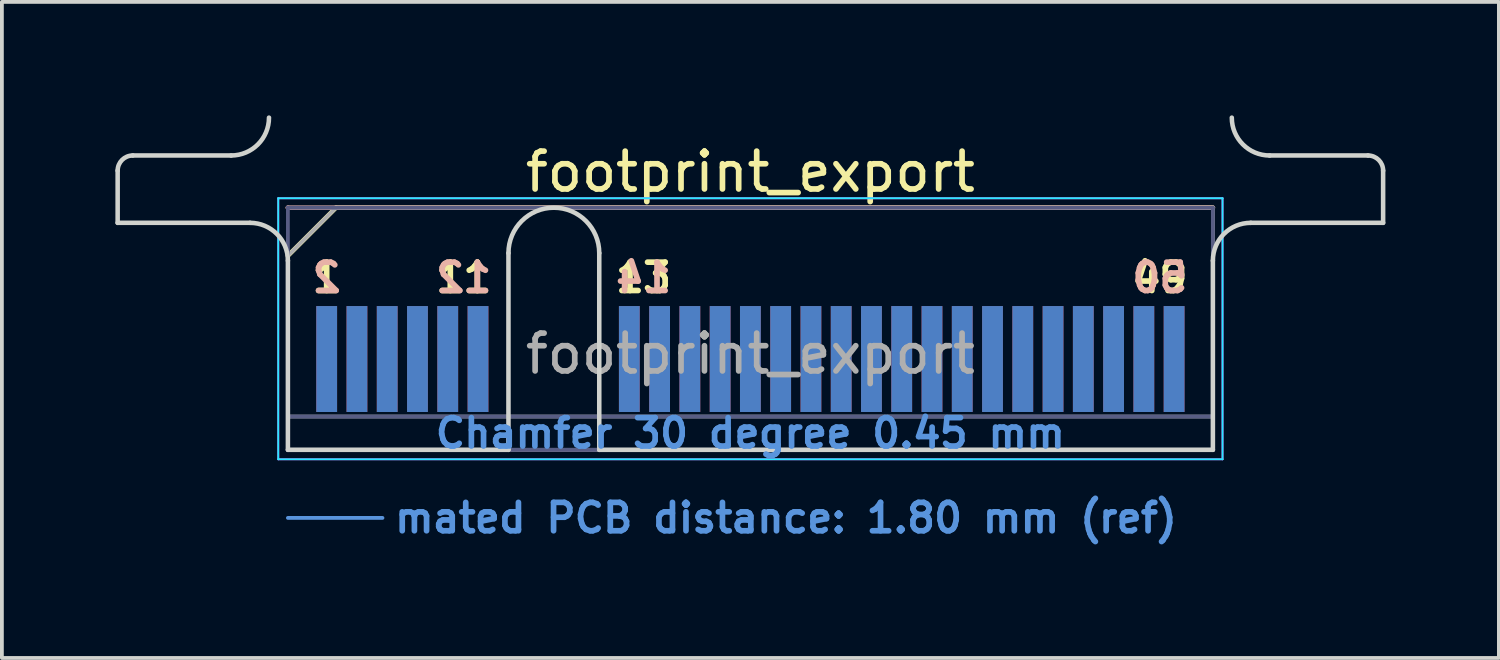
<source format=kicad_pcb>
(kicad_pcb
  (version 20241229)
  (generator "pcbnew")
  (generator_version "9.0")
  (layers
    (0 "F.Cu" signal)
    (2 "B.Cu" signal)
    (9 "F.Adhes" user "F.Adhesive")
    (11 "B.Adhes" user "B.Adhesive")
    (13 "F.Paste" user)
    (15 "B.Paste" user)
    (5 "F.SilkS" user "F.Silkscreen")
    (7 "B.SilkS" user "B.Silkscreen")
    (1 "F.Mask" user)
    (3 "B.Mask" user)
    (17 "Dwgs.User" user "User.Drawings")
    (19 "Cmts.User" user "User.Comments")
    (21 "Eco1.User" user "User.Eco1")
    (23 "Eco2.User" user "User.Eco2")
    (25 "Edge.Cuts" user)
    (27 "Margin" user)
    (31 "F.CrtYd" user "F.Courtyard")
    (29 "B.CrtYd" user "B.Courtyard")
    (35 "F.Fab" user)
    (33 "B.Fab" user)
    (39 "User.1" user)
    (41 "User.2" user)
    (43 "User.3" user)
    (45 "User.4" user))
  (footprint "footprint_export"
    (layer "F.Cu")
    (at 16.785 8.84)
    (property "Reference" "footprint_export" (at 0 -7.35 0) (layer "F.SilkS") (effects (font (size 1 1) (thickness 0.15))))
    (attr exclude_from_pos_files exclude_from_bom)
    (fp_line (start -12.225 -5.13) (end -10.955 -6.4) (stroke (width 0.12) (type solid)) (layer "F.SilkS"))
    (fp_line (start -10.955 -6.4) (end 12.225 -6.4) (stroke (width 0.12) (type solid)) (layer "F.SilkS"))
    (fp_line (start -12.225 -6.4) (end -12.225 -6.4) (stroke (width 0.12) (type solid)) (layer "B.SilkS"))
    (fp_line (start -12.225 -6.4) (end 12.225 -6.4) (stroke (width 0.12) (type solid)) (layer "B.SilkS"))
    (fp_line (start -12.225 1.8) (end -9.725 1.8) (stroke (width 0.1) (type solid)) (layer "Cmts.User"))
    (fp_line (start -16.725 -6) (end -16.725 -7.38) (stroke (width 0.12) (type solid)) (layer "Edge.Cuts"))
    (fp_line (start -16.325 -7.78) (end -13.725 -7.78) (stroke (width 0.12) (type solid)) (layer "Edge.Cuts"))
    (fp_line (start -13.225 -6) (end -16.725 -6) (stroke (width 0.12) (type solid)) (layer "Edge.Cuts"))
    (fp_line (start -12.225 -5) (end -12.225 0) (stroke (width 0.12) (type solid)) (layer "Edge.Cuts"))
    (fp_line (start -12.225 0) (end -6.395 0) (stroke (width 0.12) (type solid)) (layer "Edge.Cuts"))
    (fp_line (start -6.395 0) (end -6.395 -5.2) (stroke (width 0.12) (type solid)) (layer "Edge.Cuts"))
    (fp_line (start -3.995 -5.2) (end -3.995 0) (stroke (width 0.12) (type solid)) (layer "Edge.Cuts"))
    (fp_line (start -3.995 0) (end 12.225 0) (stroke (width 0.12) (type solid)) (layer "Edge.Cuts"))
    (fp_line (start 12.225 0) (end 12.225 -5) (stroke (width 0.12) (type solid)) (layer "Edge.Cuts"))
    (fp_line (start 13.225 -6) (end 16.725 -6) (stroke (width 0.12) (type solid)) (layer "Edge.Cuts"))
    (fp_line (start 16.325 -7.78) (end 13.725 -7.78) (stroke (width 0.12) (type solid)) (layer "Edge.Cuts"))
    (fp_line (start 16.725 -6) (end 16.725 -7.38) (stroke (width 0.12) (type solid)) (layer "Edge.Cuts"))
    (fp_arc (start -16.725 -7.38) (mid -16.607843 -7.662843) (end -16.325 -7.78) (stroke (width 0.12) (type solid)) (layer "Edge.Cuts"))
    (fp_arc (start -13.225 -6) (mid -12.517893 -5.707107) (end -12.225 -5) (stroke (width 0.12) (type solid)) (layer "Edge.Cuts"))
    (fp_arc (start -12.725 -8.78) (mid -13.017893 -8.072893) (end -13.725 -7.78) (stroke (width 0.12) (type solid)) (layer "Edge.Cuts"))
    (fp_arc (start -6.395 -5.2) (mid -5.195 -6.4) (end -3.995 -5.2) (stroke (width 0.12) (type solid)) (layer "Edge.Cuts"))
    (fp_arc (start 12.225 -5) (mid 12.517893 -5.707107) (end 13.225 -6) (stroke (width 0.12) (type solid)) (layer "Edge.Cuts"))
    (fp_arc (start 13.725 -7.78) (mid 13.017893 -8.072893) (end 12.725 -8.78) (stroke (width 0.12) (type solid)) (layer "Edge.Cuts"))
    (fp_arc (start 16.325 -7.78) (mid 16.607843 -7.662843) (end 16.725 -7.38) (stroke (width 0.12) (type solid)) (layer "Edge.Cuts"))
    (fp_line (start -12.48 -6.65) (end -12.48 0.25) (stroke (width 0.05) (type solid)) (layer "B.CrtYd"))
    (fp_line (start -12.48 0.25) (end 12.48 0.25) (stroke (width 0.05) (type solid)) (layer "B.CrtYd"))
    (fp_line (start 12.48 -6.65) (end -12.48 -6.65) (stroke (width 0.05) (type solid)) (layer "B.CrtYd"))
    (fp_line (start 12.48 0.25) (end 12.48 -6.65) (stroke (width 0.05) (type solid)) (layer "B.CrtYd"))
    (fp_line (start -12.48 -6.65) (end -12.48 0.25) (stroke (width 0.05) (type solid)) (layer "F.CrtYd"))
    (fp_line (start -12.48 0.25) (end 12.48 0.25) (stroke (width 0.05) (type solid)) (layer "F.CrtYd"))
    (fp_line (start 12.48 -6.65) (end -12.48 -6.65) (stroke (width 0.05) (type solid)) (layer "F.CrtYd"))
    (fp_line (start 12.48 0.25) (end 12.48 -6.65) (stroke (width 0.05) (type solid)) (layer "F.CrtYd"))
    (fp_line (start -12.225 -6.4) (end -12.225 -6.4) (stroke (width 0.1) (type solid)) (layer "B.Fab"))
    (fp_line (start -12.225 -6.4) (end -12.225 0) (stroke (width 0.1) (type solid)) (layer "B.Fab"))
    (fp_line (start -12.225 -6.4) (end 12.225 -6.4) (stroke (width 0.1) (type solid)) (layer "B.Fab"))
    (fp_line (start -12.225 -0.88) (end 12.225 -0.88) (stroke (width 0.1) (type solid)) (layer "B.Fab"))
    (fp_line (start -12.225 0) (end 12.225 0) (stroke (width 0.1) (type solid)) (layer "B.Fab"))
    (fp_line (start 12.225 -6.4) (end 12.225 0) (stroke (width 0.1) (type solid)) (layer "B.Fab"))
    (fp_line (start -12.225 -5.13) (end -12.225 0) (stroke (width 0.1) (type solid)) (layer "F.Fab"))
    (fp_line (start -12.225 -5.13) (end -10.955 -6.4) (stroke (width 0.1) (type solid)) (layer "F.Fab"))
    (fp_line (start -12.225 -0.88) (end 12.225 -0.88) (stroke (width 0.1) (type solid)) (layer "F.Fab"))
    (fp_line (start -12.225 0) (end 12.225 0) (stroke (width 0.1) (type solid)) (layer "F.Fab"))
    (fp_line (start -10.955 -6.4) (end 12.225 -6.4) (stroke (width 0.1) (type solid)) (layer "F.Fab"))
    (fp_line (start 12.225 -6.4) (end 12.225 0) (stroke (width 0.1) (type solid)) (layer "F.Fab"))
    (fp_text user "11" (at -7.575 -4.55 0) (layer "F.SilkS") (effects (font (size 0.75 0.75) (thickness 0.15))))
    (fp_text user "1" (at -11.2 -4.55 0) (layer "F.SilkS") (effects (font (size 0.75 0.75) (thickness 0.15))))
    (fp_text user "49" (at 10.825 -4.55 0) (layer "F.SilkS") (effects (font (size 0.75 0.75) (thickness 0.15))))
    (fp_text user "13" (at -2.825 -4.55 0) (layer "F.SilkS") (effects (font (size 0.75 0.75) (thickness 0.15))))
    (fp_text user "50" (at 10.825 -4.55 0) (layer "B.SilkS") (effects (font (size 0.75 0.75) (thickness 0.15)) (justify mirror)))
    (fp_text user "2" (at -11.2 -4.55 0) (layer "B.SilkS") (effects (font (size 0.75 0.75) (thickness 0.15)) (justify mirror)))
    (fp_text user "12" (at -7.575 -4.55 0) (layer "B.SilkS") (effects (font (size 0.75 0.75) (thickness 0.15)) (justify mirror)))
    (fp_text user "14" (at -2.825 -4.55 0) (layer "B.SilkS") (effects (font (size 0.75 0.75) (thickness 0.15)) (justify mirror)))
    (fp_text user "Chamfer 30 degree 0.45 mm" (at 0 -0.44 0) (layer "Cmts.User") (effects (font (size 0.75 0.75) (thickness 0.15))))
    (fp_text user "mated PCB distance: 1.80 mm (ref)" (at -9.48 1.8 0) (layer "Cmts.User") (effects (font (size 0.75 0.75) (thickness 0.15)) (justify left)))
    (fp_text user "${REFERENCE}" (at 0 -2.54 0) (layer "F.Fab") (effects (font (size 1 1) (thickness 0.15))))
    (pad "1" connect rect (at -11.2 -2.4) (size 0.55 2.8) (layers "F.Cu" "F.Mask"))
    (pad "2" connect rect (at -11.2 -2.4) (size 0.55 2.8) (layers "B.Cu" "B.Mask"))
    (pad "3" connect rect (at -10.4 -2.4) (size 0.55 2.8) (layers "F.Cu" "F.Mask"))
    (pad "4" connect rect (at -10.4 -2.4) (size 0.55 2.8) (layers "B.Cu" "B.Mask"))
    (pad "5" connect rect (at -9.6 -2.4) (size 0.55 2.8) (layers "F.Cu" "F.Mask"))
    (pad "6" connect rect (at -9.6 -2.4) (size 0.55 2.8) (layers "B.Cu" "B.Mask"))
    (pad "7" connect rect (at -8.8 -2.4) (size 0.55 2.8) (layers "F.Cu" "F.Mask"))
    (pad "8" connect rect (at -8.8 -2.4) (size 0.55 2.8) (layers "B.Cu" "B.Mask"))
    (pad "9" connect rect (at -8 -2.4) (size 0.55 2.8) (layers "F.Cu" "F.Mask"))
    (pad "10" connect rect (at -8 -2.4) (size 0.55 2.8) (layers "B.Cu" "B.Mask"))
    (pad "11" connect rect (at -7.2 -2.4) (size 0.55 2.8) (layers "F.Cu" "F.Mask"))
    (pad "12" connect rect (at -7.2 -2.4) (size 0.55 2.8) (layers "B.Cu" "B.Mask"))
    (pad "13" connect rect (at -3.2 -2.4) (size 0.55 2.8) (layers "F.Cu" "F.Mask"))
    (pad "14" connect rect (at -3.2 -2.4) (size 0.55 2.8) (layers "B.Cu" "B.Mask"))
    (pad "15" connect rect (at -2.4 -2.4) (size 0.55 2.8) (layers "F.Cu" "F.Mask"))
    (pad "16" connect rect (at -2.4 -2.4) (size 0.55 2.8) (layers "B.Cu" "B.Mask"))
    (pad "17" connect rect (at -1.6 -2.4) (size 0.55 2.8) (layers "F.Cu" "F.Mask"))
    (pad "18" connect rect (at -1.6 -2.4) (size 0.55 2.8) (layers "B.Cu" "B.Mask"))
    (pad "19" connect rect (at -0.8 -2.4) (size 0.55 2.8) (layers "F.Cu" "F.Mask"))
    (pad "20" connect rect (at -0.8 -2.4) (size 0.55 2.8) (layers "B.Cu" "B.Mask"))
    (pad "21" connect rect (at 0 -2.4) (size 0.55 2.8) (layers "F.Cu" "F.Mask"))
    (pad "22" connect rect (at 0 -2.4) (size 0.55 2.8) (layers "B.Cu" "B.Mask"))
    (pad "23" connect rect (at 0.8 -2.4) (size 0.55 2.8) (layers "F.Cu" "F.Mask"))
    (pad "24" connect rect (at 0.8 -2.4) (size 0.55 2.8) (layers "B.Cu" "B.Mask"))
    (pad "25" connect rect (at 1.6 -2.4) (size 0.55 2.8) (layers "F.Cu" "F.Mask"))
    (pad "26" connect rect (at 1.6 -2.4) (size 0.55 2.8) (layers "B.Cu" "B.Mask"))
    (pad "27" connect rect (at 2.4 -2.4) (size 0.55 2.8) (layers "F.Cu" "F.Mask"))
    (pad "28" connect rect (at 2.4 -2.4) (size 0.55 2.8) (layers "B.Cu" "B.Mask"))
    (pad "29" connect rect (at 3.2 -2.4) (size 0.55 2.8) (layers "F.Cu" "F.Mask"))
    (pad "30" connect rect (at 3.2 -2.4) (size 0.55 2.8) (layers "B.Cu" "B.Mask"))
    (pad "31" connect rect (at 4 -2.4) (size 0.55 2.8) (layers "F.Cu" "F.Mask"))
    (pad "32" connect rect (at 4 -2.4) (size 0.55 2.8) (layers "B.Cu" "B.Mask"))
    (pad "33" connect rect (at 4.8 -2.4) (size 0.55 2.8) (layers "F.Cu" "F.Mask"))
    (pad "34" connect rect (at 4.8 -2.4) (size 0.55 2.8) (layers "B.Cu" "B.Mask"))
    (pad "35" connect rect (at 5.6 -2.4) (size 0.55 2.8) (layers "F.Cu" "F.Mask"))
    (pad "36" connect rect (at 5.6 -2.4) (size 0.55 2.8) (layers "B.Cu" "B.Mask"))
    (pad "37" connect rect (at 6.4 -2.4) (size 0.55 2.8) (layers "F.Cu" "F.Mask"))
    (pad "38" connect rect (at 6.4 -2.4) (size 0.55 2.8) (layers "B.Cu" "B.Mask"))
    (pad "39" connect rect (at 7.2 -2.4) (size 0.55 2.8) (layers "F.Cu" "F.Mask"))
    (pad "40" connect rect (at 7.2 -2.4) (size 0.55 2.8) (layers "B.Cu" "B.Mask"))
    (pad "41" connect rect (at 8 -2.4) (size 0.55 2.8) (layers "F.Cu" "F.Mask"))
    (pad "42" connect rect (at 8 -2.4) (size 0.55 2.8) (layers "B.Cu" "B.Mask"))
    (pad "43" connect rect (at 8.8 -2.4) (size 0.55 2.8) (layers "F.Cu" "F.Mask"))
    (pad "44" connect rect (at 8.8 -2.4) (size 0.55 2.8) (layers "B.Cu" "B.Mask"))
    (pad "45" connect rect (at 9.6 -2.4) (size 0.55 2.8) (layers "F.Cu" "F.Mask"))
    (pad "46" connect rect (at 9.6 -2.4) (size 0.55 2.8) (layers "B.Cu" "B.Mask"))
    (pad "47" connect rect (at 10.4 -2.4) (size 0.55 2.8) (layers "F.Cu" "F.Mask"))
    (pad "48" connect rect (at 10.4 -2.4) (size 0.55 2.8) (layers "B.Cu" "B.Mask"))
    (pad "49" connect rect (at 11.2 -2.4) (size 0.55 2.8) (layers "F.Cu" "F.Mask"))
    (pad "50" connect rect (at 11.2 -2.4) (size 0.55 2.8) (layers "B.Cu" "B.Mask")))
  (gr_rect
    (start -3 -3)
    (end 36.57 14.342)
    (stroke (width 0.1) (type default))
    (fill no)
    (layer "Edge.Cuts")))
</source>
